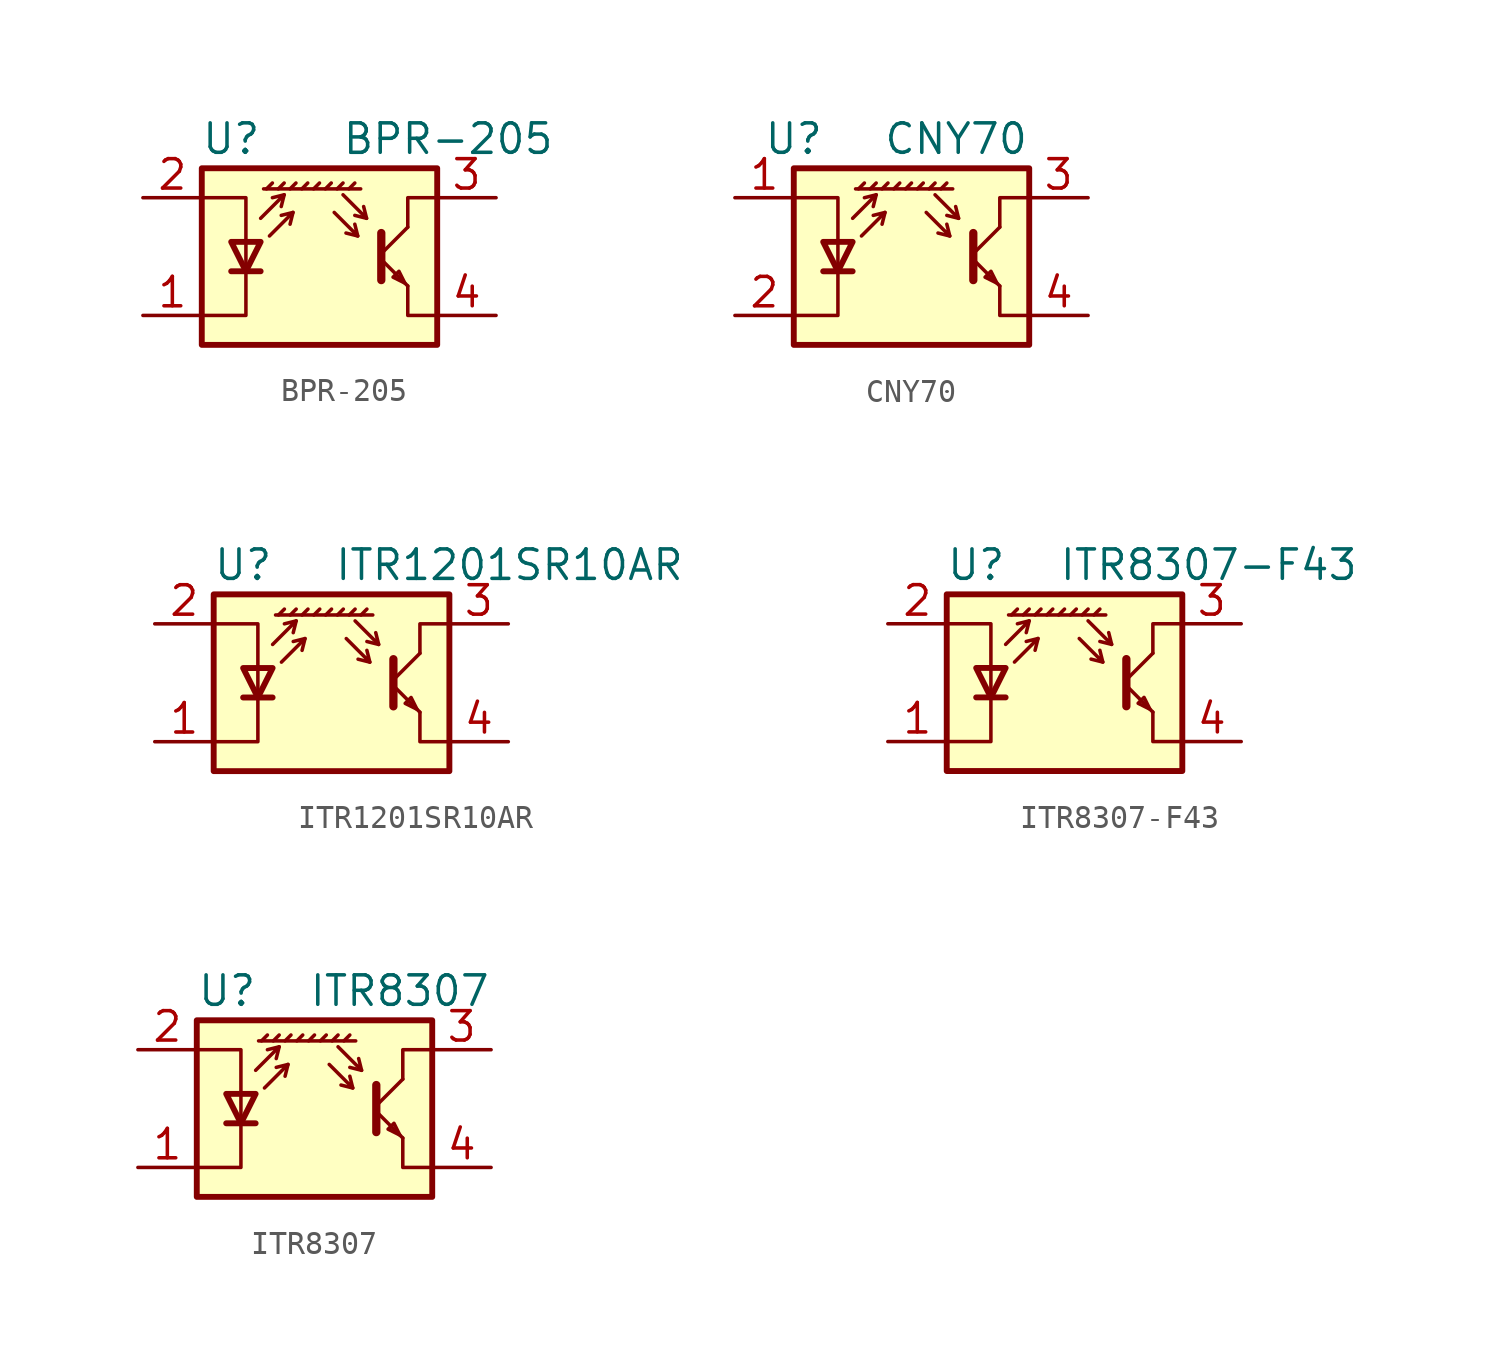
<source format=kicad_sym>
(kicad_symbol_lib
  (version 20201005)
  (generator kicad_symbol_editor)
  (symbol "Sensor_Proximity:BPR-205"
    (pin_names
      (offset 1.016) hide)
    (property "Reference" "U"
      (at -3.81 5.08 0)
      (effects (font (size 1.27 1.27))))
    (property "Value" "BPR-205"
      (at 10.16 5.08 0)
      (effects (font (size 1.27 1.27)) (justify right)))
    (symbol "BPR-205_0_1"
      (polyline (pts (xy -3.81 -0.635) (xy -2.54 -0.635)) (stroke (width 0.254)) (fill (type none)))
      (polyline (pts (xy -2.286 2.921) (xy -2.032 3.175)) (stroke (width 0)) (fill (type none)))
      (polyline (pts (xy -1.778 2.921) (xy -1.524 3.175)) (stroke (width 0)) (fill (type none)))
      (polyline (pts (xy -1.524 2.667) (xy -1.651 2.159)) (stroke (width 0)) (fill (type none)))
      (polyline (pts (xy -1.27 2.921) (xy -1.016 3.175)) (stroke (width 0)) (fill (type none)))
      (polyline (pts (xy -1.143 1.905) (xy -1.27 1.397)) (stroke (width 0)) (fill (type none)))
      (polyline (pts (xy -0.762 2.921) (xy -0.508 3.175)) (stroke (width 0)) (fill (type none)))
      (polyline (pts (xy -0.254 2.921) (xy 0 3.175)) (stroke (width 0)) (fill (type none)))
      (polyline (pts (xy 0.254 2.921) (xy 0.508 3.175)) (stroke (width 0)) (fill (type none)))
      (polyline (pts (xy 0.762 2.921) (xy 1.016 3.175)) (stroke (width 0)) (fill (type none)))
      (polyline (pts (xy 1.27 2.921) (xy 1.524 3.175)) (stroke (width 0)) (fill (type none)))
      (polyline (pts (xy 1.651 0.889) (xy 1.143 1.016)) (stroke (width 0)) (fill (type none)))
      (polyline (pts (xy 1.778 2.921) (xy -2.413 2.921)) (stroke (width 0)) (fill (type none)))
      (polyline (pts (xy 2.032 1.651) (xy 1.524 1.778)) (stroke (width 0)) (fill (type none)))
      (polyline (pts (xy 2.667 -0.127) (xy 3.81 -1.27)) (stroke (width 0)) (fill (type none)))
      (polyline (pts (xy 2.667 0.127) (xy 3.81 1.27)) (stroke (width 0)) (fill (type none)))
      (polyline (pts (xy -2.54 1.651) (xy -1.524 2.667) (xy -2.032 2.54)) (stroke (width 0)) (fill (type none)))
      (polyline (pts (xy -2.159 0.889) (xy -1.143 1.905) (xy -1.651 1.778)) (stroke (width 0)) (fill (type none)))
      (polyline (pts (xy 0.635 1.905) (xy 1.651 0.889) (xy 1.524 1.397)) (stroke (width 0)) (fill (type none)))
      (polyline (pts (xy 1.016 2.667) (xy 2.032 1.651) (xy 1.905 2.159)) (stroke (width 0)) (fill (type none)))
      (polyline (pts (xy 2.667 1.016) (xy 2.667 -1.016) (xy 2.667 -1.016)) (stroke (width 0.356)) (fill (type none)))
      (polyline (pts (xy 3.81 -1.27) (xy 3.81 -2.54) (xy 5.08 -2.54)) (stroke (width 0)) (fill (type none)))
      (polyline (pts (xy 3.81 1.27) (xy 3.81 2.54) (xy 5.08 2.54)) (stroke (width 0)) (fill (type none)))
      (polyline (pts (xy -5.08 -2.54) (xy -3.175 -2.54) (xy -3.175 2.54) (xy -5.08 2.54)) (stroke (width 0)) (fill (type none)))
      (polyline (pts (xy -3.175 -0.635) (xy -3.81 0.635) (xy -2.54 0.635) (xy -3.175 -0.635)) (stroke (width 0.254)) (fill (type none)))
      (polyline (pts (xy 3.683 -1.143) (xy 3.429 -0.635) (xy 3.175 -0.889) (xy 3.683 -1.143)) (stroke (width 0)) (fill (type none)))
      (polyline (pts (xy -5.08 -3.81) (xy 5.08 -3.81) (xy 5.08 3.81) (xy -5.08 3.81) (xy -5.08 -3.81)) (stroke (width 0.254)) (fill (type background))))
    (symbol "BPR-205_1_1"
      (pin passive line (at -7.62 -2.54 0) (length 2.54) (name "K" (effects (font (size 1.27 1.27)))) (number "1" (effects (font (size 1.27 1.27)))))
      (pin passive line (at -7.62 2.54 0) (length 2.54) (name "A" (effects (font (size 1.27 1.27)))) (number "2" (effects (font (size 1.27 1.27)))))
      (pin open_collector line (at 7.62 2.54 180) (length 2.54) (name "C" (effects (font (size 1.27 1.27)))) (number "3" (effects (font (size 1.27 1.27)))))
      (pin open_emitter line (at 7.62 -2.54 180) (length 2.54) (name "E" (effects (font (size 1.27 1.27)))) (number "4" (effects (font (size 1.27 1.27)))))))
  (symbol "Sensor_Proximity:CNY70"
    (pin_names
      (offset 1.016) hide)
    (property "Reference" "U"
      (at -5.08 5.08 0)
      (effects (font (size 1.27 1.27))))
    (property "Value" "CNY70"
      (at 5.08 5.08 0)
      (effects (font (size 1.27 1.27)) (justify right)))
    (symbol "CNY70_0_1"
      (polyline (pts (xy -3.81 -0.635) (xy -2.54 -0.635)) (stroke (width 0.254)) (fill (type none)))
      (polyline (pts (xy -2.286 2.921) (xy -2.032 3.175)) (stroke (width 0)) (fill (type none)))
      (polyline (pts (xy -1.778 2.921) (xy -1.524 3.175)) (stroke (width 0)) (fill (type none)))
      (polyline (pts (xy -1.524 2.667) (xy -1.651 2.159)) (stroke (width 0)) (fill (type none)))
      (polyline (pts (xy -1.27 2.921) (xy -1.016 3.175)) (stroke (width 0)) (fill (type none)))
      (polyline (pts (xy -1.143 1.905) (xy -1.27 1.397)) (stroke (width 0)) (fill (type none)))
      (polyline (pts (xy -0.762 2.921) (xy -0.508 3.175)) (stroke (width 0)) (fill (type none)))
      (polyline (pts (xy -0.254 2.921) (xy 0 3.175)) (stroke (width 0)) (fill (type none)))
      (polyline (pts (xy 0.254 2.921) (xy 0.508 3.175)) (stroke (width 0)) (fill (type none)))
      (polyline (pts (xy 0.762 2.921) (xy 1.016 3.175)) (stroke (width 0)) (fill (type none)))
      (polyline (pts (xy 1.27 2.921) (xy 1.524 3.175)) (stroke (width 0)) (fill (type none)))
      (polyline (pts (xy 1.651 0.889) (xy 1.143 1.016)) (stroke (width 0)) (fill (type none)))
      (polyline (pts (xy 1.778 2.921) (xy -2.413 2.921)) (stroke (width 0)) (fill (type none)))
      (polyline (pts (xy 2.032 1.651) (xy 1.524 1.778)) (stroke (width 0)) (fill (type none)))
      (polyline (pts (xy 2.667 -0.127) (xy 3.81 -1.27)) (stroke (width 0)) (fill (type none)))
      (polyline (pts (xy 2.667 0.127) (xy 3.81 1.27)) (stroke (width 0)) (fill (type none)))
      (polyline (pts (xy -2.54 1.651) (xy -1.524 2.667) (xy -2.032 2.54)) (stroke (width 0)) (fill (type none)))
      (polyline (pts (xy -2.159 0.889) (xy -1.143 1.905) (xy -1.651 1.778)) (stroke (width 0)) (fill (type none)))
      (polyline (pts (xy 0.635 1.905) (xy 1.651 0.889) (xy 1.524 1.397)) (stroke (width 0)) (fill (type none)))
      (polyline (pts (xy 1.016 2.667) (xy 2.032 1.651) (xy 1.905 2.159)) (stroke (width 0)) (fill (type none)))
      (polyline (pts (xy 2.667 1.016) (xy 2.667 -1.016) (xy 2.667 -1.016)) (stroke (width 0.356)) (fill (type none)))
      (polyline (pts (xy 3.81 -1.27) (xy 3.81 -2.54) (xy 5.08 -2.54)) (stroke (width 0)) (fill (type none)))
      (polyline (pts (xy 3.81 1.27) (xy 3.81 2.54) (xy 5.08 2.54)) (stroke (width 0)) (fill (type none)))
      (polyline (pts (xy -5.08 -2.54) (xy -3.175 -2.54) (xy -3.175 2.54) (xy -5.08 2.54)) (stroke (width 0)) (fill (type none)))
      (polyline (pts (xy -3.175 -0.635) (xy -3.81 0.635) (xy -2.54 0.635) (xy -3.175 -0.635)) (stroke (width 0.254)) (fill (type none)))
      (polyline (pts (xy 3.683 -1.143) (xy 3.429 -0.635) (xy 3.175 -0.889) (xy 3.683 -1.143)) (stroke (width 0)) (fill (type none)))
      (polyline (pts (xy -5.08 -3.81) (xy 5.08 -3.81) (xy 5.08 3.81) (xy -5.08 3.81) (xy -5.08 -3.81)) (stroke (width 0.254)) (fill (type background))))
    (symbol "CNY70_1_1"
      (pin passive line (at -7.62 2.54 0) (length 2.54) (name "A" (effects (font (size 1.27 1.27)))) (number "1" (effects (font (size 1.27 1.27)))))
      (pin passive line (at -7.62 -2.54 0) (length 2.54) (name "K" (effects (font (size 1.27 1.27)))) (number "2" (effects (font (size 1.27 1.27)))))
      (pin open_collector line (at 7.62 2.54 180) (length 2.54) (name "C" (effects (font (size 1.27 1.27)))) (number "3" (effects (font (size 1.27 1.27)))))
      (pin open_emitter line (at 7.62 -2.54 180) (length 2.54) (name "E" (effects (font (size 1.27 1.27)))) (number "4" (effects (font (size 1.27 1.27)))))))
  (symbol "Sensor_Proximity:ITR1201SR10AR"
    (pin_names
      (offset 0.025) hide)
    (property "Reference" "U"
      (at -3.81 5.08 0)
      (effects (font (size 1.27 1.27))))
    (property "Value" "ITR1201SR10AR"
      (at 15.24 5.08 0)
      (effects (font (size 1.27 1.27)) (justify right)))
    (symbol "ITR1201SR10AR_0_1"
      (polyline (pts (xy -3.81 -0.635) (xy -2.54 -0.635)) (stroke (width 0.254)) (fill (type none)))
      (polyline (pts (xy -2.286 2.921) (xy -2.032 3.175)) (stroke (width 0)) (fill (type none)))
      (polyline (pts (xy -1.778 2.921) (xy -1.524 3.175)) (stroke (width 0)) (fill (type none)))
      (polyline (pts (xy -1.524 2.667) (xy -1.651 2.159)) (stroke (width 0)) (fill (type none)))
      (polyline (pts (xy -1.27 2.921) (xy -1.016 3.175)) (stroke (width 0)) (fill (type none)))
      (polyline (pts (xy -1.143 1.905) (xy -1.27 1.397)) (stroke (width 0)) (fill (type none)))
      (polyline (pts (xy -0.762 2.921) (xy -0.508 3.175)) (stroke (width 0)) (fill (type none)))
      (polyline (pts (xy -0.254 2.921) (xy 0 3.175)) (stroke (width 0)) (fill (type none)))
      (polyline (pts (xy 0.254 2.921) (xy 0.508 3.175)) (stroke (width 0)) (fill (type none)))
      (polyline (pts (xy 0.762 2.921) (xy 1.016 3.175)) (stroke (width 0)) (fill (type none)))
      (polyline (pts (xy 1.27 2.921) (xy 1.524 3.175)) (stroke (width 0)) (fill (type none)))
      (polyline (pts (xy 1.651 0.889) (xy 1.143 1.016)) (stroke (width 0)) (fill (type none)))
      (polyline (pts (xy 1.778 2.921) (xy -2.413 2.921)) (stroke (width 0)) (fill (type none)))
      (polyline (pts (xy 2.032 1.651) (xy 1.524 1.778)) (stroke (width 0)) (fill (type none)))
      (polyline (pts (xy 2.667 -0.127) (xy 3.81 -1.27)) (stroke (width 0)) (fill (type none)))
      (polyline (pts (xy 2.667 0.127) (xy 3.81 1.27)) (stroke (width 0)) (fill (type none)))
      (polyline (pts (xy -2.54 1.651) (xy -1.524 2.667) (xy -2.032 2.54)) (stroke (width 0)) (fill (type none)))
      (polyline (pts (xy -2.159 0.889) (xy -1.143 1.905) (xy -1.651 1.778)) (stroke (width 0)) (fill (type none)))
      (polyline (pts (xy 0.635 1.905) (xy 1.651 0.889) (xy 1.524 1.397)) (stroke (width 0)) (fill (type none)))
      (polyline (pts (xy 1.016 2.667) (xy 2.032 1.651) (xy 1.905 2.159)) (stroke (width 0)) (fill (type none)))
      (polyline (pts (xy 2.667 1.016) (xy 2.667 -1.016) (xy 2.667 -1.016)) (stroke (width 0.356)) (fill (type none)))
      (polyline (pts (xy 3.81 -1.27) (xy 3.81 -2.54) (xy 5.08 -2.54)) (stroke (width 0)) (fill (type none)))
      (polyline (pts (xy 3.81 1.27) (xy 3.81 2.54) (xy 5.08 2.54)) (stroke (width 0)) (fill (type none)))
      (polyline (pts (xy -5.08 -2.54) (xy -3.175 -2.54) (xy -3.175 2.54) (xy -5.08 2.54)) (stroke (width 0)) (fill (type none)))
      (polyline (pts (xy -3.175 -0.635) (xy -3.81 0.635) (xy -2.54 0.635) (xy -3.175 -0.635)) (stroke (width 0.254)) (fill (type none)))
      (polyline (pts (xy 3.683 -1.143) (xy 3.429 -0.635) (xy 3.175 -0.889) (xy 3.683 -1.143)) (stroke (width 0)) (fill (type none)))
      (polyline (pts (xy -5.08 -3.81) (xy 5.08 -3.81) (xy 5.08 3.81) (xy -5.08 3.81) (xy -5.08 -3.81)) (stroke (width 0.254)) (fill (type background))))
    (symbol "ITR1201SR10AR_1_1"
      (pin passive line (at -7.62 -2.54 0) (length 2.54) (name "K" (effects (font (size 1.27 1.27)))) (number "1" (effects (font (size 1.27 1.27)))))
      (pin passive line (at -7.62 2.54 0) (length 2.54) (name "A" (effects (font (size 1.27 1.27)))) (number "2" (effects (font (size 1.27 1.27)))))
      (pin open_collector line (at 7.62 2.54 180) (length 2.54) (name "~" (effects (font (size 1.27 1.27)))) (number "3" (effects (font (size 1.27 1.27)))))
      (pin open_emitter line (at 7.62 -2.54 180) (length 2.54) (name "~" (effects (font (size 1.27 1.27)))) (number "4" (effects (font (size 1.27 1.27)))))))
  (symbol "Sensor_Proximity:ITR8307-F43"
    (pin_names
      (offset 0.025) hide)
    (property "Reference" "U"
      (at -3.81 5.08 0)
      (effects (font (size 1.27 1.27))))
    (property "Value" "ITR8307-F43"
      (at 12.7 5.08 0)
      (effects (font (size 1.27 1.27)) (justify right)))
    (symbol "ITR8307-F43_0_1"
      (polyline (pts (xy -3.81 -0.635) (xy -2.54 -0.635)) (stroke (width 0.254)) (fill (type none)))
      (polyline (pts (xy -2.286 2.921) (xy -2.032 3.175)) (stroke (width 0)) (fill (type none)))
      (polyline (pts (xy -1.778 2.921) (xy -1.524 3.175)) (stroke (width 0)) (fill (type none)))
      (polyline (pts (xy -1.524 2.667) (xy -1.651 2.159)) (stroke (width 0)) (fill (type none)))
      (polyline (pts (xy -1.27 2.921) (xy -1.016 3.175)) (stroke (width 0)) (fill (type none)))
      (polyline (pts (xy -1.143 1.905) (xy -1.27 1.397)) (stroke (width 0)) (fill (type none)))
      (polyline (pts (xy -0.762 2.921) (xy -0.508 3.175)) (stroke (width 0)) (fill (type none)))
      (polyline (pts (xy -0.254 2.921) (xy 0 3.175)) (stroke (width 0)) (fill (type none)))
      (polyline (pts (xy 0.254 2.921) (xy 0.508 3.175)) (stroke (width 0)) (fill (type none)))
      (polyline (pts (xy 0.762 2.921) (xy 1.016 3.175)) (stroke (width 0)) (fill (type none)))
      (polyline (pts (xy 1.27 2.921) (xy 1.524 3.175)) (stroke (width 0)) (fill (type none)))
      (polyline (pts (xy 1.651 0.889) (xy 1.143 1.016)) (stroke (width 0)) (fill (type none)))
      (polyline (pts (xy 1.778 2.921) (xy -2.413 2.921)) (stroke (width 0)) (fill (type none)))
      (polyline (pts (xy 2.032 1.651) (xy 1.524 1.778)) (stroke (width 0)) (fill (type none)))
      (polyline (pts (xy 2.667 -0.127) (xy 3.81 -1.27)) (stroke (width 0)) (fill (type none)))
      (polyline (pts (xy 2.667 0.127) (xy 3.81 1.27)) (stroke (width 0)) (fill (type none)))
      (polyline (pts (xy -2.54 1.651) (xy -1.524 2.667) (xy -2.032 2.54)) (stroke (width 0)) (fill (type none)))
      (polyline (pts (xy -2.159 0.889) (xy -1.143 1.905) (xy -1.651 1.778)) (stroke (width 0)) (fill (type none)))
      (polyline (pts (xy 0.635 1.905) (xy 1.651 0.889) (xy 1.524 1.397)) (stroke (width 0)) (fill (type none)))
      (polyline (pts (xy 1.016 2.667) (xy 2.032 1.651) (xy 1.905 2.159)) (stroke (width 0)) (fill (type none)))
      (polyline (pts (xy 2.667 1.016) (xy 2.667 -1.016) (xy 2.667 -1.016)) (stroke (width 0.356)) (fill (type none)))
      (polyline (pts (xy 3.81 -1.27) (xy 3.81 -2.54) (xy 5.08 -2.54)) (stroke (width 0)) (fill (type none)))
      (polyline (pts (xy 3.81 1.27) (xy 3.81 2.54) (xy 5.08 2.54)) (stroke (width 0)) (fill (type none)))
      (polyline (pts (xy -5.08 -2.54) (xy -3.175 -2.54) (xy -3.175 2.54) (xy -5.08 2.54)) (stroke (width 0)) (fill (type none)))
      (polyline (pts (xy -3.175 -0.635) (xy -3.81 0.635) (xy -2.54 0.635) (xy -3.175 -0.635)) (stroke (width 0.254)) (fill (type none)))
      (polyline (pts (xy 3.683 -1.143) (xy 3.429 -0.635) (xy 3.175 -0.889) (xy 3.683 -1.143)) (stroke (width 0)) (fill (type none)))
      (polyline (pts (xy -5.08 -3.81) (xy 5.08 -3.81) (xy 5.08 3.81) (xy -5.08 3.81) (xy -5.08 -3.81)) (stroke (width 0.254)) (fill (type background))))
    (symbol "ITR8307-F43_1_1"
      (pin passive line (at -7.62 -2.54 0) (length 2.54) (name "K" (effects (font (size 1.27 1.27)))) (number "1" (effects (font (size 1.27 1.27)))))
      (pin passive line (at -7.62 2.54 0) (length 2.54) (name "A" (effects (font (size 1.27 1.27)))) (number "2" (effects (font (size 1.27 1.27)))))
      (pin open_collector line (at 7.62 2.54 180) (length 2.54) (name "C" (effects (font (size 1.27 1.27)))) (number "3" (effects (font (size 1.27 1.27)))))
      (pin open_emitter line (at 7.62 -2.54 180) (length 2.54) (name "E" (effects (font (size 1.27 1.27)))) (number "4" (effects (font (size 1.27 1.27)))))))
  (symbol "Sensor_Proximity:ITR8307"
    (pin_names
      (offset 0.025) hide)
    (property "Reference" "U"
      (at -5.08 5.08 0)
      (effects (font (size 1.27 1.27)) (justify left)))
    (property "Value" "ITR8307"
      (at 7.62 5.08 0)
      (effects (font (size 1.27 1.27)) (justify right)))
    (symbol "ITR8307_0_1"
      (polyline (pts (xy -3.81 -0.635) (xy -2.54 -0.635)) (stroke (width 0.254)) (fill (type none)))
      (polyline (pts (xy -2.286 2.921) (xy -2.032 3.175)) (stroke (width 0)) (fill (type none)))
      (polyline (pts (xy -1.778 2.921) (xy -1.524 3.175)) (stroke (width 0)) (fill (type none)))
      (polyline (pts (xy -1.524 2.667) (xy -1.651 2.159)) (stroke (width 0)) (fill (type none)))
      (polyline (pts (xy -1.27 2.921) (xy -1.016 3.175)) (stroke (width 0)) (fill (type none)))
      (polyline (pts (xy -1.143 1.905) (xy -1.27 1.397)) (stroke (width 0)) (fill (type none)))
      (polyline (pts (xy -0.762 2.921) (xy -0.508 3.175)) (stroke (width 0)) (fill (type none)))
      (polyline (pts (xy -0.254 2.921) (xy 0 3.175)) (stroke (width 0)) (fill (type none)))
      (polyline (pts (xy 0.254 2.921) (xy 0.508 3.175)) (stroke (width 0)) (fill (type none)))
      (polyline (pts (xy 0.762 2.921) (xy 1.016 3.175)) (stroke (width 0)) (fill (type none)))
      (polyline (pts (xy 1.27 2.921) (xy 1.524 3.175)) (stroke (width 0)) (fill (type none)))
      (polyline (pts (xy 1.651 0.889) (xy 1.143 1.016)) (stroke (width 0)) (fill (type none)))
      (polyline (pts (xy 1.778 2.921) (xy -2.413 2.921)) (stroke (width 0)) (fill (type none)))
      (polyline (pts (xy 2.032 1.651) (xy 1.524 1.778)) (stroke (width 0)) (fill (type none)))
      (polyline (pts (xy 2.667 -0.127) (xy 3.81 -1.27)) (stroke (width 0)) (fill (type none)))
      (polyline (pts (xy 2.667 0.127) (xy 3.81 1.27)) (stroke (width 0)) (fill (type none)))
      (polyline (pts (xy -2.54 1.651) (xy -1.524 2.667) (xy -2.032 2.54)) (stroke (width 0)) (fill (type none)))
      (polyline (pts (xy -2.159 0.889) (xy -1.143 1.905) (xy -1.651 1.778)) (stroke (width 0)) (fill (type none)))
      (polyline (pts (xy 0.635 1.905) (xy 1.651 0.889) (xy 1.524 1.397)) (stroke (width 0)) (fill (type none)))
      (polyline (pts (xy 1.016 2.667) (xy 2.032 1.651) (xy 1.905 2.159)) (stroke (width 0)) (fill (type none)))
      (polyline (pts (xy 2.667 1.016) (xy 2.667 -1.016) (xy 2.667 -1.016)) (stroke (width 0.356)) (fill (type none)))
      (polyline (pts (xy 3.81 -1.27) (xy 3.81 -2.54) (xy 5.08 -2.54)) (stroke (width 0)) (fill (type none)))
      (polyline (pts (xy 3.81 1.27) (xy 3.81 2.54) (xy 5.08 2.54)) (stroke (width 0)) (fill (type none)))
      (polyline (pts (xy -5.08 -2.54) (xy -3.175 -2.54) (xy -3.175 2.54) (xy -5.08 2.54)) (stroke (width 0)) (fill (type none)))
      (polyline (pts (xy -3.175 -0.635) (xy -3.81 0.635) (xy -2.54 0.635) (xy -3.175 -0.635)) (stroke (width 0.254)) (fill (type none)))
      (polyline (pts (xy 3.683 -1.143) (xy 3.429 -0.635) (xy 3.175 -0.889) (xy 3.683 -1.143)) (stroke (width 0)) (fill (type none)))
      (polyline (pts (xy -5.08 -3.81) (xy 5.08 -3.81) (xy 5.08 3.81) (xy -5.08 3.81) (xy -5.08 -3.81)) (stroke (width 0.254)) (fill (type background))))
    (symbol "ITR8307_1_1"
      (pin passive line (at -7.62 -2.54 0) (length 2.54) (name "K" (effects (font (size 1.27 1.27)))) (number "1" (effects (font (size 1.27 1.27)))))
      (pin passive line (at -7.62 2.54 0) (length 2.54) (name "A" (effects (font (size 1.27 1.27)))) (number "2" (effects (font (size 1.27 1.27)))))
      (pin open_collector line (at 7.62 2.54 180) (length 2.54) (name "C" (effects (font (size 1.27 1.27)))) (number "3" (effects (font (size 1.27 1.27)))))
      (pin open_emitter line (at 7.62 -2.54 180) (length 2.54) (name "E" (effects (font (size 1.27 1.27)))) (number "4" (effects (font (size 1.27 1.27))))))))
</source>
